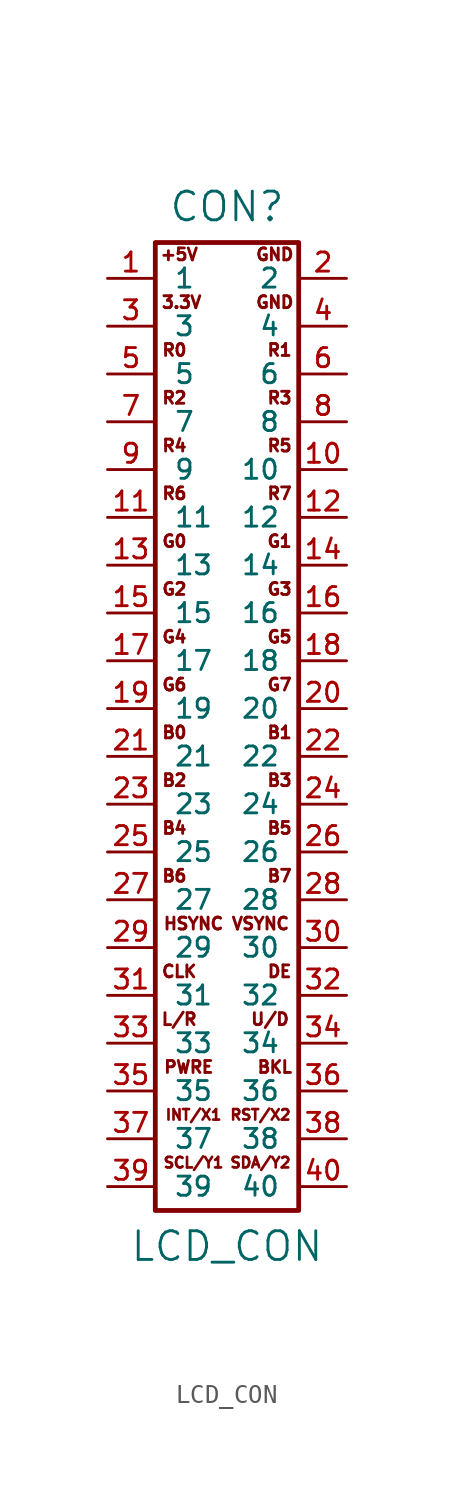
<source format=kicad_sym>
(kicad_symbol_lib
  (version 20211014)
  (generator kicad_symbol_editor)
  (symbol "LCD_CON"
    (pin_names
      (offset 1.016))
    (property "Reference" "CON"
      (at 1.27 26.67 0)
      (effects (font (size 1.524 1.524))))
    (property "Value" "LCD_CON"
      (at 1.27 -28.575 0)
      (effects (font (size 1.524 1.524))))
    (symbol "LCD_CON_1_1"
      (rectangle (start 5.08 -26.67) (end -2.54 24.765) (stroke (width 0.254) (type default) (color 0 0 0 0)) (fill (type none)))
      (text "+5V" (at -1.27 24.13 0) (effects (font (size 0.635 0.635))))
      (text "3.3V" (at -1.143 21.59 0) (effects (font (size 0.635 0.635))))
      (text "B0" (at -1.524 -1.27 0) (effects (font (size 0.635 0.635))))
      (text "B1" (at 4.064 -1.27 0) (effects (font (size 0.635 0.635))))
      (text "B2" (at -1.524 -3.81 0) (effects (font (size 0.635 0.635))))
      (text "B3" (at 4.064 -3.81 0) (effects (font (size 0.635 0.635))))
      (text "B4" (at -1.524 -6.35 0) (effects (font (size 0.635 0.635))))
      (text "B5" (at 4.064 -6.35 0) (effects (font (size 0.635 0.635))))
      (text "B6" (at -1.524 -8.89 0) (effects (font (size 0.635 0.635))))
      (text "B7" (at 4.064 -8.89 0) (effects (font (size 0.635 0.635))))
      (text "BKL" (at 3.81 -19.05 0) (effects (font (size 0.635 0.635))))
      (text "CLK" (at -1.27 -13.97 0) (effects (font (size 0.635 0.635))))
      (text "DE" (at 4.064 -13.97 0) (effects (font (size 0.635 0.635))))
      (text "G0" (at -1.524 8.89 0) (effects (font (size 0.635 0.635))))
      (text "G1" (at 4.064 8.89 0) (effects (font (size 0.635 0.635))))
      (text "G2" (at -1.524 6.35 0) (effects (font (size 0.635 0.635))))
      (text "G3" (at 4.064 6.35 0) (effects (font (size 0.635 0.635))))
      (text "G4" (at -1.524 3.81 0) (effects (font (size 0.635 0.635))))
      (text "G5" (at 4.064 3.81 0) (effects (font (size 0.635 0.635))))
      (text "G6" (at -1.524 1.27 0) (effects (font (size 0.635 0.635))))
      (text "G7" (at 4.064 1.27 0) (effects (font (size 0.635 0.635))))
      (text "GND" (at 3.81 21.59 0) (effects (font (size 0.635 0.635))))
      (text "GND" (at 3.81 24.13 0) (effects (font (size 0.635 0.635))))
      (text "HSYNC" (at -0.508 -11.43 0) (effects (font (size 0.635 0.635))))
      (text "INT/X1" (at -0.508 -21.59 0) (effects (font (size 0.559 0.559))))
      (text "L/R" (at -1.27 -16.51 0) (effects (font (size 0.635 0.635))))
      (text "PWRE" (at -0.762 -19.05 0) (effects (font (size 0.635 0.635))))
      (text "R0" (at -1.524 19.05 0) (effects (font (size 0.635 0.635))))
      (text "R1" (at 4.064 19.05 0) (effects (font (size 0.635 0.635))))
      (text "R2" (at -1.524 16.51 0) (effects (font (size 0.635 0.635))))
      (text "R3" (at 4.064 16.51 0) (effects (font (size 0.635 0.635))))
      (text "R4" (at -1.524 13.97 0) (effects (font (size 0.635 0.635))))
      (text "R5" (at 4.064 13.97 0) (effects (font (size 0.635 0.635))))
      (text "R6" (at -1.524 11.43 0) (effects (font (size 0.635 0.635))))
      (text "R7" (at 4.064 11.43 0) (effects (font (size 0.635 0.635))))
      (text "RST/X2" (at 3.048 -21.59 0) (effects (font (size 0.559 0.559))))
      (text "SCL/Y1" (at -0.508 -24.13 0) (effects (font (size 0.559 0.559))))
      (text "SDA/Y2" (at 3.048 -24.13 0) (effects (font (size 0.559 0.559))))
      (text "U/D" (at 3.556 -16.51 0) (effects (font (size 0.635 0.635))))
      (text "VSYNC" (at 3.048 -11.43 0) (effects (font (size 0.635 0.635))))
      (pin passive line (at -5.08 22.86 0) (length 2.489) (name "1" (effects (font (size 1.016 1.016)))) (number "1" (effects (font (size 1.016 1.016)))))
      (pin passive line (at 7.62 12.7 180) (length 2.489) (name "10" (effects (font (size 1.016 1.016)))) (number "10" (effects (font (size 1.016 1.016)))))
      (pin passive line (at -5.08 10.16 0) (length 2.489) (name "11" (effects (font (size 1.016 1.016)))) (number "11" (effects (font (size 1.016 1.016)))))
      (pin passive line (at 7.62 10.16 180) (length 2.489) (name "12" (effects (font (size 1.016 1.016)))) (number "12" (effects (font (size 1.016 1.016)))))
      (pin passive line (at -5.08 7.62 0) (length 2.489) (name "13" (effects (font (size 1.016 1.016)))) (number "13" (effects (font (size 1.016 1.016)))))
      (pin passive line (at 7.62 7.62 180) (length 2.489) (name "14" (effects (font (size 1.016 1.016)))) (number "14" (effects (font (size 1.016 1.016)))))
      (pin passive line (at -5.08 5.08 0) (length 2.489) (name "15" (effects (font (size 1.016 1.016)))) (number "15" (effects (font (size 1.016 1.016)))))
      (pin passive line (at 7.62 5.08 180) (length 2.489) (name "16" (effects (font (size 1.016 1.016)))) (number "16" (effects (font (size 1.016 1.016)))))
      (pin passive line (at -5.08 2.54 0) (length 2.489) (name "17" (effects (font (size 1.016 1.016)))) (number "17" (effects (font (size 1.016 1.016)))))
      (pin passive line (at 7.62 2.54 180) (length 2.489) (name "18" (effects (font (size 1.016 1.016)))) (number "18" (effects (font (size 1.016 1.016)))))
      (pin passive line (at -5.08 0 0) (length 2.489) (name "19" (effects (font (size 1.016 1.016)))) (number "19" (effects (font (size 1.016 1.016)))))
      (pin passive line (at 7.62 22.86 180) (length 2.489) (name "2" (effects (font (size 1.016 1.016)))) (number "2" (effects (font (size 1.016 1.016)))))
      (pin passive line (at 7.62 0 180) (length 2.489) (name "20" (effects (font (size 1.016 1.016)))) (number "20" (effects (font (size 1.016 1.016)))))
      (pin passive line (at -5.08 -2.54 0) (length 2.489) (name "21" (effects (font (size 1.016 1.016)))) (number "21" (effects (font (size 1.016 1.016)))))
      (pin passive line (at 7.62 -2.54 180) (length 2.489) (name "22" (effects (font (size 1.016 1.016)))) (number "22" (effects (font (size 1.016 1.016)))))
      (pin passive line (at -5.08 -5.08 0) (length 2.489) (name "23" (effects (font (size 1.016 1.016)))) (number "23" (effects (font (size 1.016 1.016)))))
      (pin passive line (at 7.62 -5.08 180) (length 2.489) (name "24" (effects (font (size 1.016 1.016)))) (number "24" (effects (font (size 1.016 1.016)))))
      (pin passive line (at -5.08 -7.62 0) (length 2.489) (name "25" (effects (font (size 1.016 1.016)))) (number "25" (effects (font (size 1.016 1.016)))))
      (pin passive line (at 7.62 -7.62 180) (length 2.489) (name "26" (effects (font (size 1.016 1.016)))) (number "26" (effects (font (size 1.016 1.016)))))
      (pin passive line (at -5.08 -10.16 0) (length 2.489) (name "27" (effects (font (size 1.016 1.016)))) (number "27" (effects (font (size 1.016 1.016)))))
      (pin passive line (at 7.62 -10.16 180) (length 2.489) (name "28" (effects (font (size 1.016 1.016)))) (number "28" (effects (font (size 1.016 1.016)))))
      (pin passive line (at -5.08 -12.7 0) (length 2.489) (name "29" (effects (font (size 1.016 1.016)))) (number "29" (effects (font (size 1.016 1.016)))))
      (pin passive line (at -5.08 20.32 0) (length 2.489) (name "3" (effects (font (size 1.016 1.016)))) (number "3" (effects (font (size 1.016 1.016)))))
      (pin passive line (at 7.62 -12.7 180) (length 2.489) (name "30" (effects (font (size 1.016 1.016)))) (number "30" (effects (font (size 1.016 1.016)))))
      (pin passive line (at -5.08 -15.24 0) (length 2.489) (name "31" (effects (font (size 1.016 1.016)))) (number "31" (effects (font (size 1.016 1.016)))))
      (pin passive line (at 7.62 -15.24 180) (length 2.489) (name "32" (effects (font (size 1.016 1.016)))) (number "32" (effects (font (size 1.016 1.016)))))
      (pin passive line (at -5.08 -17.78 0) (length 2.489) (name "33" (effects (font (size 1.016 1.016)))) (number "33" (effects (font (size 1.016 1.016)))))
      (pin passive line (at 7.62 -17.78 180) (length 2.489) (name "34" (effects (font (size 1.016 1.016)))) (number "34" (effects (font (size 1.016 1.016)))))
      (pin passive line (at -5.08 -20.32 0) (length 2.489) (name "35" (effects (font (size 1.016 1.016)))) (number "35" (effects (font (size 1.016 1.016)))))
      (pin passive line (at 7.62 -20.32 180) (length 2.489) (name "36" (effects (font (size 1.016 1.016)))) (number "36" (effects (font (size 1.016 1.016)))))
      (pin passive line (at -5.08 -22.86 0) (length 2.489) (name "37" (effects (font (size 1.016 1.016)))) (number "37" (effects (font (size 1.016 1.016)))))
      (pin passive line (at 7.62 -22.86 180) (length 2.489) (name "38" (effects (font (size 1.016 1.016)))) (number "38" (effects (font (size 1.016 1.016)))))
      (pin passive line (at -5.08 -25.4 0) (length 2.489) (name "39" (effects (font (size 1.016 1.016)))) (number "39" (effects (font (size 1.016 1.016)))))
      (pin passive line (at 7.62 20.32 180) (length 2.489) (name "4" (effects (font (size 1.016 1.016)))) (number "4" (effects (font (size 1.016 1.016)))))
      (pin passive line (at 7.62 -25.4 180) (length 2.489) (name "40" (effects (font (size 1.016 1.016)))) (number "40" (effects (font (size 1.016 1.016)))))
      (pin passive line (at -5.08 17.78 0) (length 2.489) (name "5" (effects (font (size 1.016 1.016)))) (number "5" (effects (font (size 1.016 1.016)))))
      (pin passive line (at 7.62 17.78 180) (length 2.489) (name "6" (effects (font (size 1.016 1.016)))) (number "6" (effects (font (size 1.016 1.016)))))
      (pin passive line (at -5.08 15.24 0) (length 2.489) (name "7" (effects (font (size 1.016 1.016)))) (number "7" (effects (font (size 1.016 1.016)))))
      (pin passive line (at 7.62 15.24 180) (length 2.489) (name "8" (effects (font (size 1.016 1.016)))) (number "8" (effects (font (size 1.016 1.016)))))
      (pin passive line (at -5.08 12.7 0) (length 2.489) (name "9" (effects (font (size 1.016 1.016)))) (number "9" (effects (font (size 1.016 1.016))))))))
</source>
